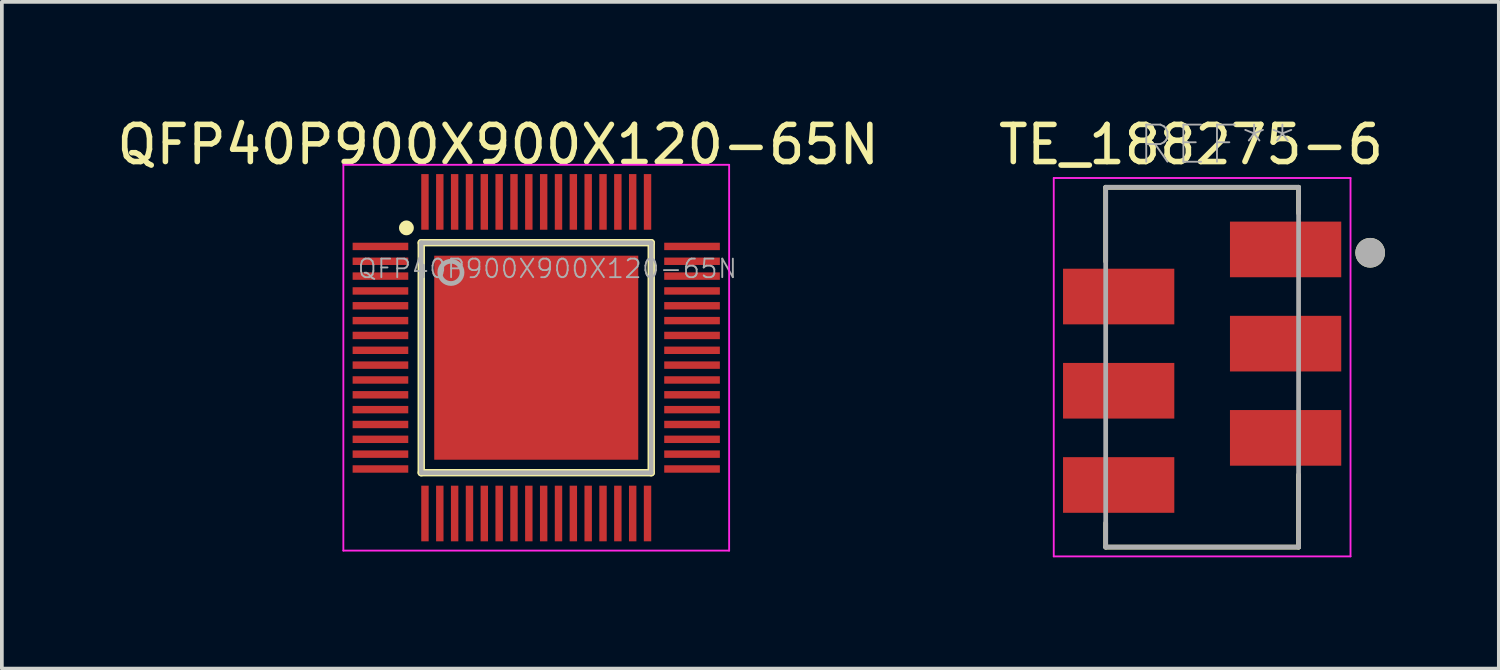
<source format=kicad_pcb>
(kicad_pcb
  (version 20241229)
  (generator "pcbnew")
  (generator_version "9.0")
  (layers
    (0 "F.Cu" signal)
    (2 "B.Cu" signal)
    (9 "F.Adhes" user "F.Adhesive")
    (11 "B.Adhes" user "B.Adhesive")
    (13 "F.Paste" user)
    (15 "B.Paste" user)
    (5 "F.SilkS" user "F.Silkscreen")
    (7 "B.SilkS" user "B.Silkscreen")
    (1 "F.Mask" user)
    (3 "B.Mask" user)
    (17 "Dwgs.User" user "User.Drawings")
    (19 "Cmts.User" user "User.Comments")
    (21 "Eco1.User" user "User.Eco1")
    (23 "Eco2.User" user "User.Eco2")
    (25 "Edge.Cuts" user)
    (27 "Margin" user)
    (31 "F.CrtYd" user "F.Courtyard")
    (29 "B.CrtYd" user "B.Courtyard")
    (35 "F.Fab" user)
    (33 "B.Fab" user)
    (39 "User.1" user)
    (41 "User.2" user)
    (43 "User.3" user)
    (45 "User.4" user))
  (footprint "QFP40P900X900X120-65N"
    (layer "F.Cu")
    (at 11.406 6.593)
    (property "Reference" "QFP40P900X900X120-65N" (at -1.027 -5.744 0) (layer "F.SilkS") (effects (font (size 1.002 1.002) (thickness 0.15))))
    (attr smd)
    (fp_line (start -3.1 -3.1) (end 3.1 -3.1) (stroke (width 0.2) (type solid)) (layer "F.SilkS"))
    (fp_line (start -3.1 3.1) (end -3.1 -3.1) (stroke (width 0.2) (type solid)) (layer "F.SilkS"))
    (fp_line (start 3.1 -3.1) (end 3.1 3.1) (stroke (width 0.2) (type solid)) (layer "F.SilkS"))
    (fp_line (start 3.1 3.1) (end -3.1 3.1) (stroke (width 0.2) (type solid)) (layer "F.SilkS"))
    (fp_circle (center -3.5 -3.5) (end -3.4 -3.5) (stroke (width 0.2) (type solid)) (fill no) (layer "F.SilkS"))
    (fp_poly (pts (xy -2.041 -2.04) (xy -0.3 -2.04) (xy -0.3 -0.3) (xy -2.041 -0.3)) (stroke (width 0.01) (type solid)) (fill yes) (layer "F.Paste"))
    (fp_poly (pts (xy -2.04 0.3) (xy -0.3 0.3) (xy -0.3 2.04) (xy -2.04 2.04)) (stroke (width 0.01) (type solid)) (fill yes) (layer "F.Paste"))
    (fp_poly (pts (xy 0.3 0.3) (xy 2.04 0.3) (xy 2.04 2.041) (xy 0.3 2.041)) (stroke (width 0.01) (type solid)) (fill yes) (layer "F.Paste"))
    (fp_poly (pts (xy 0.301 -2.04) (xy 2.04 -2.04) (xy 2.04 -0.301) (xy 0.301 -0.301)) (stroke (width 0.01) (type solid)) (fill yes) (layer "F.Paste"))
    (fp_line (start -5.2 -5.2) (end 5.2 -5.2) (stroke (width 0.05) (type solid)) (layer "F.CrtYd"))
    (fp_line (start -5.2 5.2) (end -5.2 -5.2) (stroke (width 0.05) (type solid)) (layer "F.CrtYd"))
    (fp_line (start 5.2 -5.2) (end 5.2 5.2) (stroke (width 0.05) (type solid)) (layer "F.CrtYd"))
    (fp_line (start 5.2 5.2) (end -5.2 5.2) (stroke (width 0.05) (type solid)) (layer "F.CrtYd"))
    (fp_line (start -3.1 -3.1) (end -3.1 3.1) (stroke (width 0.12) (type solid)) (layer "F.Fab"))
    (fp_line (start -3.1 3.1) (end 3.1 3.1) (stroke (width 0.12) (type solid)) (layer "F.Fab"))
    (fp_line (start 3.1 -3.1) (end -3.1 -3.1) (stroke (width 0.12) (type solid)) (layer "F.Fab"))
    (fp_line (start 3.1 3.1) (end 3.1 -3.1) (stroke (width 0.12) (type solid)) (layer "F.Fab"))
    (fp_circle (center -2.3 -2.3) (end -2 -2.3) (stroke (width 0.127) (type solid)) (fill no) (layer "F.Fab"))
    (fp_text user "${REFERENCE}" (at 0.3 -2.4 0) (layer "F.Fab") (effects (font (size 0.5 0.5) (thickness 0.05))))
    (pad "1" smd rect (at -4.2 -3) (size 1.5 0.2) (layers "F.Cu" "F.Mask" "F.Paste"))
    (pad "2" smd rect (at -4.2 -2.6) (size 1.5 0.2) (layers "F.Cu" "F.Mask" "F.Paste"))
    (pad "3" smd rect (at -4.2 -2.2) (size 1.5 0.2) (layers "F.Cu" "F.Mask" "F.Paste"))
    (pad "4" smd rect (at -4.2 -1.8) (size 1.5 0.2) (layers "F.Cu" "F.Mask" "F.Paste"))
    (pad "5" smd rect (at -4.2 -1.4) (size 1.5 0.2) (layers "F.Cu" "F.Mask" "F.Paste"))
    (pad "6" smd rect (at -4.2 -1) (size 1.5 0.2) (layers "F.Cu" "F.Mask" "F.Paste"))
    (pad "7" smd rect (at -4.2 -0.6) (size 1.5 0.2) (layers "F.Cu" "F.Mask" "F.Paste"))
    (pad "8" smd rect (at -4.2 -0.2) (size 1.5 0.2) (layers "F.Cu" "F.Mask" "F.Paste"))
    (pad "9" smd rect (at -4.2 0.2) (size 1.5 0.2) (layers "F.Cu" "F.Mask" "F.Paste"))
    (pad "10" smd rect (at -4.2 0.6) (size 1.5 0.2) (layers "F.Cu" "F.Mask" "F.Paste"))
    (pad "11" smd rect (at -4.2 1) (size 1.5 0.2) (layers "F.Cu" "F.Mask" "F.Paste"))
    (pad "12" smd rect (at -4.2 1.4) (size 1.5 0.2) (layers "F.Cu" "F.Mask" "F.Paste"))
    (pad "13" smd rect (at -4.2 1.8) (size 1.5 0.2) (layers "F.Cu" "F.Mask" "F.Paste"))
    (pad "14" smd rect (at -4.2 2.2) (size 1.5 0.2) (layers "F.Cu" "F.Mask" "F.Paste"))
    (pad "15" smd rect (at -4.2 2.6) (size 1.5 0.2) (layers "F.Cu" "F.Mask" "F.Paste"))
    (pad "16" smd rect (at -4.2 3) (size 1.5 0.2) (layers "F.Cu" "F.Mask" "F.Paste"))
    (pad "17" smd rect (at -3 4.2) (size 0.2 1.5) (layers "F.Cu" "F.Mask" "F.Paste"))
    (pad "18" smd rect (at -2.6 4.2) (size 0.2 1.5) (layers "F.Cu" "F.Mask" "F.Paste"))
    (pad "19" smd rect (at -2.2 4.2) (size 0.2 1.5) (layers "F.Cu" "F.Mask" "F.Paste"))
    (pad "20" smd rect (at -1.8 4.2) (size 0.2 1.5) (layers "F.Cu" "F.Mask" "F.Paste"))
    (pad "21" smd rect (at -1.4 4.2) (size 0.2 1.5) (layers "F.Cu" "F.Mask" "F.Paste"))
    (pad "22" smd rect (at -1 4.2) (size 0.2 1.5) (layers "F.Cu" "F.Mask" "F.Paste"))
    (pad "23" smd rect (at -0.6 4.2) (size 0.2 1.5) (layers "F.Cu" "F.Mask" "F.Paste"))
    (pad "24" smd rect (at -0.2 4.2) (size 0.2 1.5) (layers "F.Cu" "F.Mask" "F.Paste"))
    (pad "25" smd rect (at 0.2 4.2) (size 0.2 1.5) (layers "F.Cu" "F.Mask" "F.Paste"))
    (pad "26" smd rect (at 0.6 4.2) (size 0.2 1.5) (layers "F.Cu" "F.Mask" "F.Paste"))
    (pad "27" smd rect (at 1 4.2) (size 0.2 1.5) (layers "F.Cu" "F.Mask" "F.Paste"))
    (pad "28" smd rect (at 1.4 4.2) (size 0.2 1.5) (layers "F.Cu" "F.Mask" "F.Paste"))
    (pad "29" smd rect (at 1.8 4.2) (size 0.2 1.5) (layers "F.Cu" "F.Mask" "F.Paste"))
    (pad "30" smd rect (at 2.2 4.2) (size 0.2 1.5) (layers "F.Cu" "F.Mask" "F.Paste"))
    (pad "31" smd rect (at 2.6 4.2) (size 0.2 1.5) (layers "F.Cu" "F.Mask" "F.Paste"))
    (pad "32" smd rect (at 3 4.2) (size 0.2 1.5) (layers "F.Cu" "F.Mask" "F.Paste"))
    (pad "33" smd rect (at 4.2 3) (size 1.5 0.2) (layers "F.Cu" "F.Mask" "F.Paste"))
    (pad "34" smd rect (at 4.2 2.6) (size 1.5 0.2) (layers "F.Cu" "F.Mask" "F.Paste"))
    (pad "35" smd rect (at 4.2 2.2) (size 1.5 0.2) (layers "F.Cu" "F.Mask" "F.Paste"))
    (pad "36" smd rect (at 4.2 1.8) (size 1.5 0.2) (layers "F.Cu" "F.Mask" "F.Paste"))
    (pad "37" smd rect (at 4.2 1.4) (size 1.5 0.2) (layers "F.Cu" "F.Mask" "F.Paste"))
    (pad "38" smd rect (at 4.2 1) (size 1.5 0.2) (layers "F.Cu" "F.Mask" "F.Paste"))
    (pad "39" smd rect (at 4.2 0.6) (size 1.5 0.2) (layers "F.Cu" "F.Mask" "F.Paste"))
    (pad "40" smd rect (at 4.2 0.2) (size 1.5 0.2) (layers "F.Cu" "F.Mask" "F.Paste"))
    (pad "41" smd rect (at 4.2 -0.2) (size 1.5 0.2) (layers "F.Cu" "F.Mask" "F.Paste"))
    (pad "42" smd rect (at 4.2 -0.6) (size 1.5 0.2) (layers "F.Cu" "F.Mask" "F.Paste"))
    (pad "43" smd rect (at 4.2 -1) (size 1.5 0.2) (layers "F.Cu" "F.Mask" "F.Paste"))
    (pad "44" smd rect (at 4.2 -1.4) (size 1.5 0.2) (layers "F.Cu" "F.Mask" "F.Paste"))
    (pad "45" smd rect (at 4.2 -1.8) (size 1.5 0.2) (layers "F.Cu" "F.Mask" "F.Paste"))
    (pad "46" smd rect (at 4.2 -2.2) (size 1.5 0.2) (layers "F.Cu" "F.Mask" "F.Paste"))
    (pad "47" smd rect (at 4.2 -2.6) (size 1.5 0.2) (layers "F.Cu" "F.Mask" "F.Paste"))
    (pad "48" smd rect (at 4.2 -3) (size 1.5 0.2) (layers "F.Cu" "F.Mask" "F.Paste"))
    (pad "49" smd rect (at 3 -4.2) (size 0.2 1.5) (layers "F.Cu" "F.Mask" "F.Paste"))
    (pad "50" smd rect (at 2.6 -4.2) (size 0.2 1.5) (layers "F.Cu" "F.Mask" "F.Paste"))
    (pad "51" smd rect (at 2.2 -4.2) (size 0.2 1.5) (layers "F.Cu" "F.Mask" "F.Paste"))
    (pad "52" smd rect (at 1.8 -4.2) (size 0.2 1.5) (layers "F.Cu" "F.Mask" "F.Paste"))
    (pad "53" smd rect (at 1.4 -4.2) (size 0.2 1.5) (layers "F.Cu" "F.Mask" "F.Paste"))
    (pad "54" smd rect (at 1 -4.2) (size 0.2 1.5) (layers "F.Cu" "F.Mask" "F.Paste"))
    (pad "55" smd rect (at 0.6 -4.2) (size 0.2 1.5) (layers "F.Cu" "F.Mask" "F.Paste"))
    (pad "56" smd rect (at 0.2 -4.2) (size 0.2 1.5) (layers "F.Cu" "F.Mask" "F.Paste"))
    (pad "57" smd rect (at -0.2 -4.2) (size 0.2 1.5) (layers "F.Cu" "F.Mask" "F.Paste"))
    (pad "58" smd rect (at -0.6 -4.2) (size 0.2 1.5) (layers "F.Cu" "F.Mask" "F.Paste"))
    (pad "59" smd rect (at -1 -4.2) (size 0.2 1.5) (layers "F.Cu" "F.Mask" "F.Paste"))
    (pad "60" smd rect (at -1.4 -4.2) (size 0.2 1.5) (layers "F.Cu" "F.Mask" "F.Paste"))
    (pad "61" smd rect (at -1.8 -4.2) (size 0.2 1.5) (layers "F.Cu" "F.Mask" "F.Paste"))
    (pad "62" smd rect (at -2.2 -4.2) (size 0.2 1.5) (layers "F.Cu" "F.Mask" "F.Paste"))
    (pad "63" smd rect (at -2.6 -4.2) (size 0.2 1.5) (layers "F.Cu" "F.Mask" "F.Paste"))
    (pad "64" smd rect (at -3 -4.2) (size 0.2 1.5) (layers "F.Cu" "F.Mask" "F.Paste"))
    (pad "65" smd rect (at 0 0) (size 5.5 5.5) (layers "F.Cu" "F.Mask")))
  (footprint "TE_188275-6"
    (layer "F.Cu")
    (at 29.357 6.849)
    (property "Reference" "TE_188275-6" (at -0.3 -6 0) (layer "F.SilkS") (effects (font (size 1.001 1.001) (thickness 0.15))))
    (attr through_hole)
    (fp_line (start -2.6 -4.85) (end 2.6 -4.85) (stroke (width 0.127) (type solid)) (layer "F.SilkS"))
    (fp_line (start -2.6 -2.85) (end -2.6 -4.85) (stroke (width 0.127) (type solid)) (layer "F.SilkS"))
    (fp_line (start -2.6 4.85) (end -2.6 4.2) (stroke (width 0.127) (type solid)) (layer "F.SilkS"))
    (fp_line (start 2.6 -4.85) (end 2.6 -4.15) (stroke (width 0.127) (type solid)) (layer "F.SilkS"))
    (fp_line (start 2.6 2.9) (end 2.6 4.85) (stroke (width 0.127) (type solid)) (layer "F.SilkS"))
    (fp_line (start 2.6 4.85) (end -2.6 4.85) (stroke (width 0.127) (type solid)) (layer "F.SilkS"))
    (fp_circle (center 4.53 -3.085) (end 4.73 -3.085) (stroke (width 0.4) (type solid)) (fill no) (layer "F.SilkS"))
    (fp_line (start -4 -5.1) (end 4 -5.1) (stroke (width 0.05) (type solid)) (layer "F.CrtYd"))
    (fp_line (start -4 5.1) (end -4 -5.1) (stroke (width 0.05) (type solid)) (layer "F.CrtYd"))
    (fp_line (start 4 -5.1) (end 4 5.1) (stroke (width 0.05) (type solid)) (layer "F.CrtYd"))
    (fp_line (start 4 5.1) (end -4 5.1) (stroke (width 0.05) (type solid)) (layer "F.CrtYd"))
    (fp_line (start -2.6 -4.85) (end 2.6 -4.85) (stroke (width 0.127) (type solid)) (layer "F.Fab"))
    (fp_line (start -2.6 4.85) (end -2.6 -4.85) (stroke (width 0.127) (type solid)) (layer "F.Fab"))
    (fp_line (start 2.6 -4.85) (end 2.6 4.85) (stroke (width 0.127) (type solid)) (layer "F.Fab"))
    (fp_line (start 2.6 4.85) (end -2.6 4.85) (stroke (width 0.127) (type solid)) (layer "F.Fab"))
    (fp_circle (center 4.53 -3.085) (end 4.73 -3.085) (stroke (width 0.4) (type solid)) (fill no) (layer "F.Fab"))
    (fp_text user "REF**" (at 0.4 -6 0) (layer "F.Fab") (effects (font (size 1.001 1.001) (thickness 0.05))))
    (pad "1" smd rect (at 2.25 -3.175) (size 3 1.5) (layers "F.Cu" "F.Mask" "F.Paste"))
    (pad "2" smd rect (at -2.25 -1.905) (size 3 1.5) (layers "F.Cu" "F.Mask" "F.Paste"))
    (pad "3" smd rect (at 2.25 -0.635) (size 3 1.5) (layers "F.Cu" "F.Mask" "F.Paste"))
    (pad "4" smd rect (at -2.25 0.635) (size 3 1.5) (layers "F.Cu" "F.Mask" "F.Paste"))
    (pad "5" smd rect (at 2.25 1.905) (size 3 1.5) (layers "F.Cu" "F.Mask" "F.Paste"))
    (pad "6" smd rect (at -2.25 3.175) (size 3 1.5) (layers "F.Cu" "F.Mask" "F.Paste")))
  (gr_rect
    (start -3 -3)
    (end 37.355 14.974)
    (stroke (width 0.1) (type default))
    (fill no)
    (layer "Edge.Cuts")))
</source>
